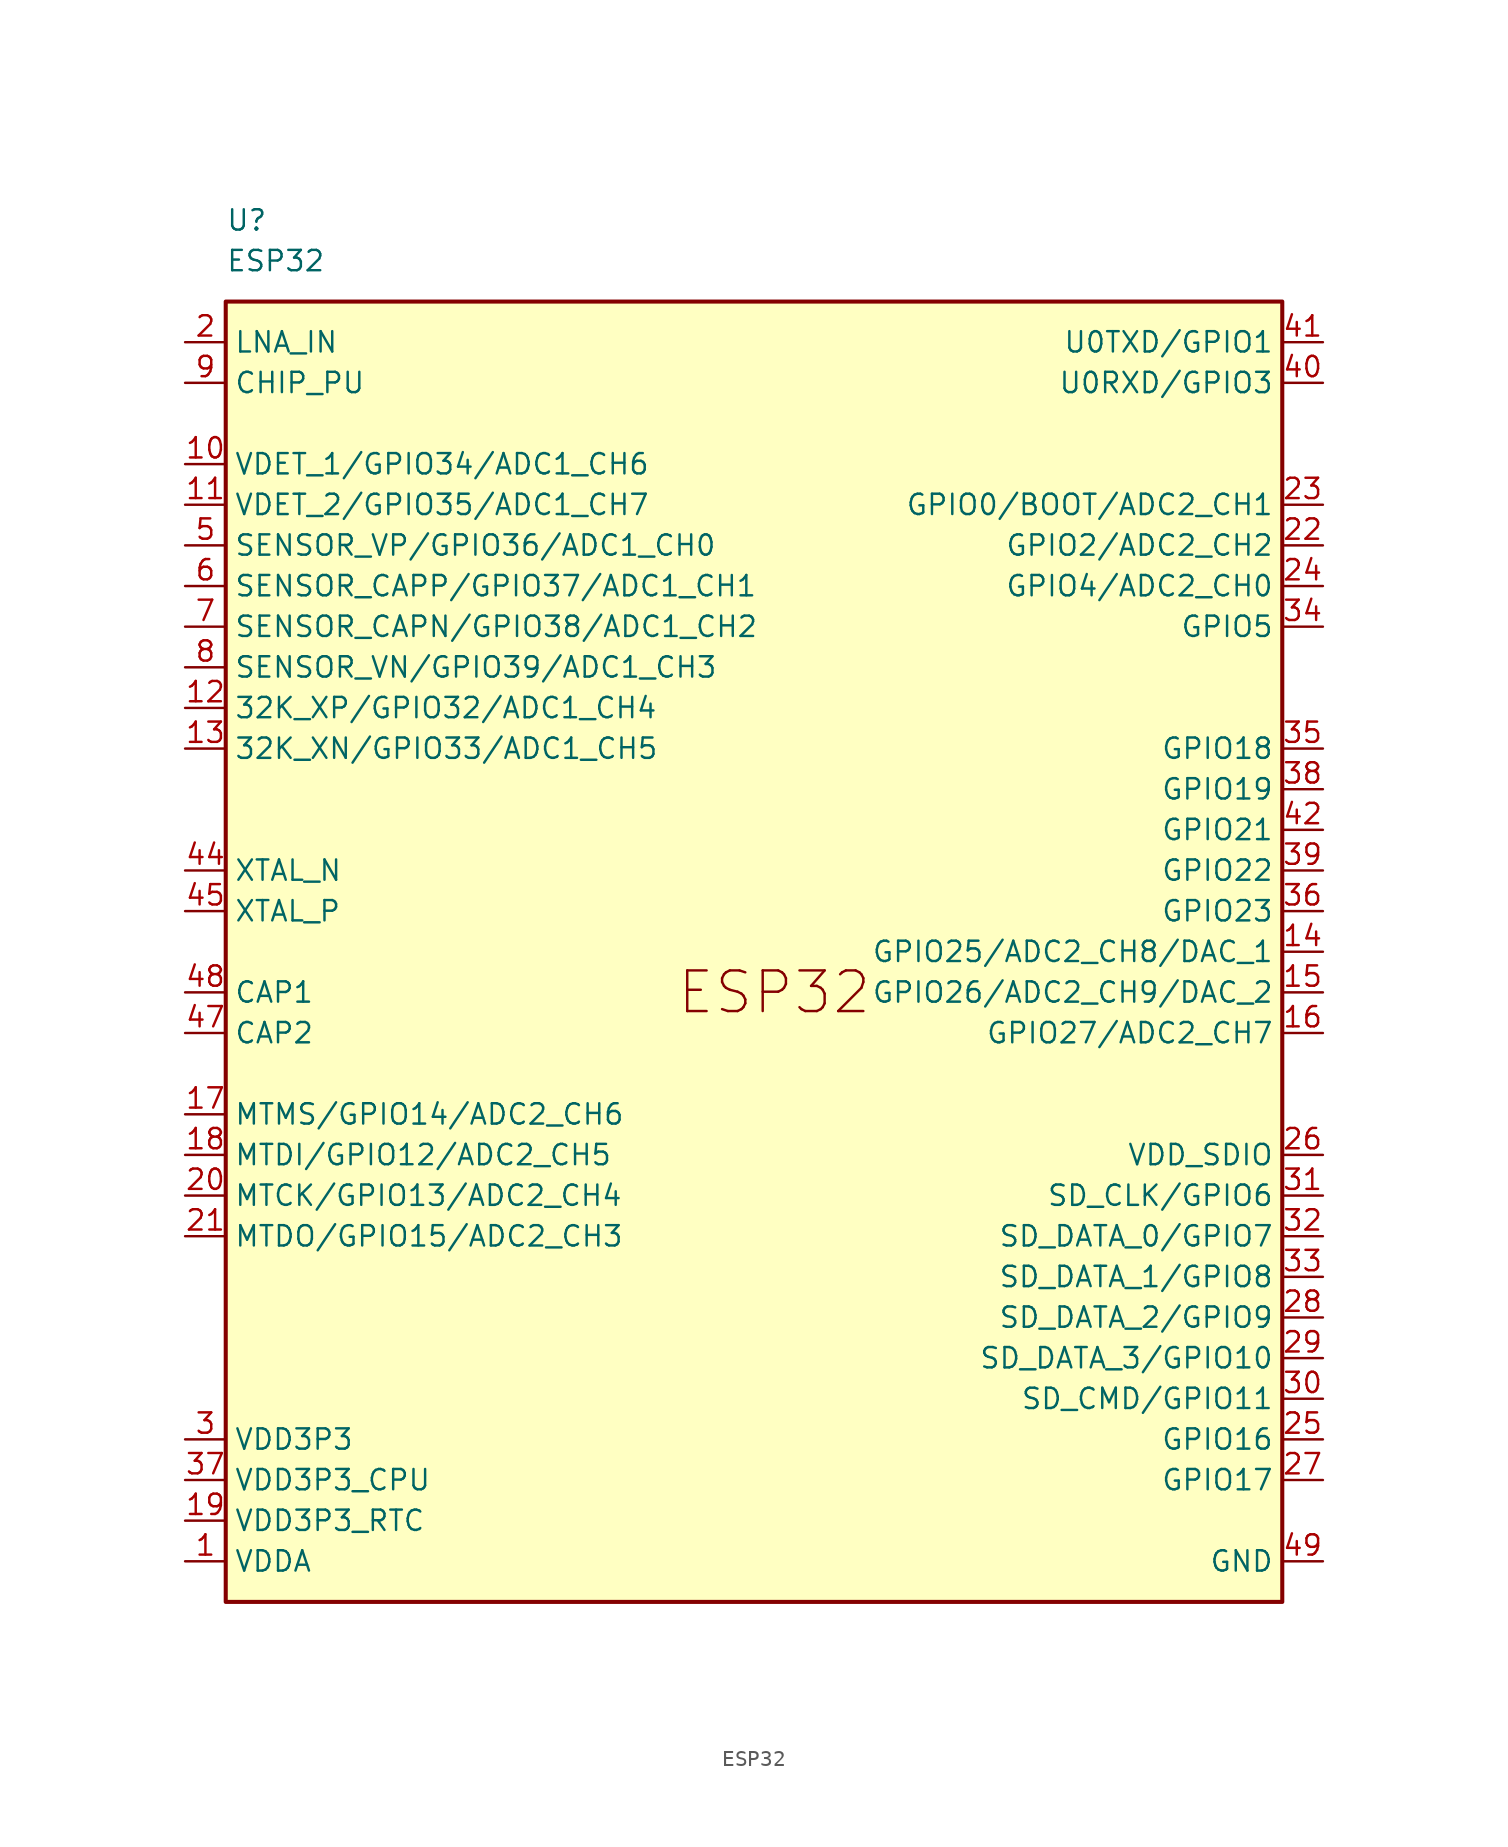
<source format=kicad_sym>
(kicad_symbol_lib
  (version 20220914)
  (generator kicad_symbol_editor)
  (symbol "ESP32"
    (property "Reference" "U"
      (at -33.02 45.72 0)
      (effects (font (size 1.27 1.27)) (justify left)))
    (property "Value" "ESP32"
      (at -33.02 43.18 0)
      (effects (font (size 1.27 1.27)) (justify left)))
    (symbol "ESP32_0_0"
      (text "ESP32" (at 1.27 -2.54 0) (effects (font (size 2.54 2.54)))))
    (symbol "ESP32_0_1"
      (rectangle (start -33.02 40.64) (end 33.02 -40.64) (stroke (width 0.254) (type default)) (fill (type background))))
    (symbol "ESP32_1_1"
      (pin power_in line (at -35.56 -38.1 0) (length 2.54) (name "VDDA" (effects (font (size 1.27 1.27)))) (number "1" (effects (font (size 1.27 1.27)))))
      (pin input line (at -35.56 30.48 0) (length 2.54) (name "VDET_1/GPIO34/ADC1_CH6" (effects (font (size 1.27 1.27)))) (number "10" (effects (font (size 1.27 1.27)))))
      (pin input line (at -35.56 27.94 0) (length 2.54) (name "VDET_2/GPIO35/ADC1_CH7" (effects (font (size 1.27 1.27)))) (number "11" (effects (font (size 1.27 1.27)))))
      (pin bidirectional line (at -35.56 15.24 0) (length 2.54) (name "32K_XP/GPIO32/ADC1_CH4" (effects (font (size 1.27 1.27)))) (number "12" (effects (font (size 1.27 1.27)))))
      (pin bidirectional line (at -35.56 12.7 0) (length 2.54) (name "32K_XN/GPIO33/ADC1_CH5" (effects (font (size 1.27 1.27)))) (number "13" (effects (font (size 1.27 1.27)))))
      (pin bidirectional line (at 35.56 0 180) (length 2.54) (name "GPIO25/ADC2_CH8/DAC_1" (effects (font (size 1.27 1.27)))) (number "14" (effects (font (size 1.27 1.27)))))
      (pin bidirectional line (at 35.56 -2.54 180) (length 2.54) (name "GPIO26/ADC2_CH9/DAC_2" (effects (font (size 1.27 1.27)))) (number "15" (effects (font (size 1.27 1.27)))))
      (pin bidirectional line (at 35.56 -5.08 180) (length 2.54) (name "GPIO27/ADC2_CH7" (effects (font (size 1.27 1.27)))) (number "16" (effects (font (size 1.27 1.27)))))
      (pin bidirectional line (at -35.56 -10.16 0) (length 2.54) (name "MTMS/GPIO14/ADC2_CH6" (effects (font (size 1.27 1.27)))) (number "17" (effects (font (size 1.27 1.27)))))
      (pin bidirectional line (at -35.56 -12.7 0) (length 2.54) (name "MTDI/GPIO12/ADC2_CH5" (effects (font (size 1.27 1.27)))) (number "18" (effects (font (size 1.27 1.27)))))
      (pin power_in line (at -35.56 -35.56 0) (length 2.54) (name "VDD3P3_RTC" (effects (font (size 1.27 1.27)))) (number "19" (effects (font (size 1.27 1.27)))))
      (pin bidirectional line (at -35.56 38.1 0) (length 2.54) (name "LNA_IN" (effects (font (size 1.27 1.27)))) (number "2" (effects (font (size 1.27 1.27)))))
      (pin bidirectional line (at -35.56 -15.24 0) (length 2.54) (name "MTCK/GPIO13/ADC2_CH4" (effects (font (size 1.27 1.27)))) (number "20" (effects (font (size 1.27 1.27)))))
      (pin bidirectional line (at -35.56 -17.78 0) (length 2.54) (name "MTDO/GPIO15/ADC2_CH3" (effects (font (size 1.27 1.27)))) (number "21" (effects (font (size 1.27 1.27)))))
      (pin bidirectional line (at 35.56 25.4 180) (length 2.54) (name "GPIO2/ADC2_CH2" (effects (font (size 1.27 1.27)))) (number "22" (effects (font (size 1.27 1.27)))))
      (pin bidirectional line (at 35.56 27.94 180) (length 2.54) (name "GPIO0/BOOT/ADC2_CH1" (effects (font (size 1.27 1.27)))) (number "23" (effects (font (size 1.27 1.27)))))
      (pin bidirectional line (at 35.56 22.86 180) (length 2.54) (name "GPIO4/ADC2_CH0" (effects (font (size 1.27 1.27)))) (number "24" (effects (font (size 1.27 1.27)))))
      (pin bidirectional line (at 35.56 -30.48 180) (length 2.54) (name "GPIO16" (effects (font (size 1.27 1.27)))) (number "25" (effects (font (size 1.27 1.27)))))
      (pin power_out line (at 35.56 -12.7 180) (length 2.54) (name "VDD_SDIO" (effects (font (size 1.27 1.27)))) (number "26" (effects (font (size 1.27 1.27)))))
      (pin bidirectional line (at 35.56 -33.02 180) (length 2.54) (name "GPIO17" (effects (font (size 1.27 1.27)))) (number "27" (effects (font (size 1.27 1.27)))))
      (pin bidirectional line (at 35.56 -22.86 180) (length 2.54) (name "SD_DATA_2/GPIO9" (effects (font (size 1.27 1.27)))) (number "28" (effects (font (size 1.27 1.27)))))
      (pin bidirectional line (at 35.56 -25.4 180) (length 2.54) (name "SD_DATA_3/GPIO10" (effects (font (size 1.27 1.27)))) (number "29" (effects (font (size 1.27 1.27)))))
      (pin power_in line (at -35.56 -30.48 0) (length 2.54) (name "VDD3P3" (effects (font (size 1.27 1.27)))) (number "3" (effects (font (size 1.27 1.27)))))
      (pin bidirectional line (at 35.56 -27.94 180) (length 2.54) (name "SD_CMD/GPIO11" (effects (font (size 1.27 1.27)))) (number "30" (effects (font (size 1.27 1.27)))))
      (pin bidirectional line (at 35.56 -15.24 180) (length 2.54) (name "SD_CLK/GPIO6" (effects (font (size 1.27 1.27)))) (number "31" (effects (font (size 1.27 1.27)))))
      (pin bidirectional line (at 35.56 -17.78 180) (length 2.54) (name "SD_DATA_0/GPIO7" (effects (font (size 1.27 1.27)))) (number "32" (effects (font (size 1.27 1.27)))))
      (pin bidirectional line (at 35.56 -20.32 180) (length 2.54) (name "SD_DATA_1/GPIO8" (effects (font (size 1.27 1.27)))) (number "33" (effects (font (size 1.27 1.27)))))
      (pin bidirectional line (at 35.56 20.32 180) (length 2.54) (name "GPIO5" (effects (font (size 1.27 1.27)))) (number "34" (effects (font (size 1.27 1.27)))))
      (pin bidirectional line (at 35.56 12.7 180) (length 2.54) (name "GPIO18" (effects (font (size 1.27 1.27)))) (number "35" (effects (font (size 1.27 1.27)))))
      (pin bidirectional line (at 35.56 2.54 180) (length 2.54) (name "GPIO23" (effects (font (size 1.27 1.27)))) (number "36" (effects (font (size 1.27 1.27)))))
      (pin power_in line (at -35.56 -33.02 0) (length 2.54) (name "VDD3P3_CPU" (effects (font (size 1.27 1.27)))) (number "37" (effects (font (size 1.27 1.27)))))
      (pin bidirectional line (at 35.56 10.16 180) (length 2.54) (name "GPIO19" (effects (font (size 1.27 1.27)))) (number "38" (effects (font (size 1.27 1.27)))))
      (pin bidirectional line (at 35.56 5.08 180) (length 2.54) (name "GPIO22" (effects (font (size 1.27 1.27)))) (number "39" (effects (font (size 1.27 1.27)))))
      (pin passive line (at -35.56 -30.48 0) (length 2.54) hide (name "VDD3P3" (effects (font (size 1.27 1.27)))) (number "4" (effects (font (size 1.27 1.27)))))
      (pin bidirectional line (at 35.56 35.56 180) (length 2.54) (name "U0RXD/GPIO3" (effects (font (size 1.27 1.27)))) (number "40" (effects (font (size 1.27 1.27)))))
      (pin bidirectional line (at 35.56 38.1 180) (length 2.54) (name "U0TXD/GPIO1" (effects (font (size 1.27 1.27)))) (number "41" (effects (font (size 1.27 1.27)))))
      (pin bidirectional line (at 35.56 7.62 180) (length 2.54) (name "GPIO21" (effects (font (size 1.27 1.27)))) (number "42" (effects (font (size 1.27 1.27)))))
      (pin passive line (at -35.56 -38.1 0) (length 2.54) hide (name "VDDA" (effects (font (size 1.27 1.27)))) (number "43" (effects (font (size 1.27 1.27)))))
      (pin output line (at -35.56 5.08 0) (length 2.54) (name "XTAL_N" (effects (font (size 1.27 1.27)))) (number "44" (effects (font (size 1.27 1.27)))))
      (pin input line (at -35.56 2.54 0) (length 2.54) (name "XTAL_P" (effects (font (size 1.27 1.27)))) (number "45" (effects (font (size 1.27 1.27)))))
      (pin passive line (at -35.56 -38.1 0) (length 2.54) hide (name "VDDA" (effects (font (size 1.27 1.27)))) (number "46" (effects (font (size 1.27 1.27)))))
      (pin input line (at -35.56 -5.08 0) (length 2.54) (name "CAP2" (effects (font (size 1.27 1.27)))) (number "47" (effects (font (size 1.27 1.27)))))
      (pin input line (at -35.56 -2.54 0) (length 2.54) (name "CAP1" (effects (font (size 1.27 1.27)))) (number "48" (effects (font (size 1.27 1.27)))))
      (pin power_in line (at 35.56 -38.1 180) (length 2.54) (name "GND" (effects (font (size 1.27 1.27)))) (number "49" (effects (font (size 1.27 1.27)))))
      (pin input line (at -35.56 25.4 0) (length 2.54) (name "SENSOR_VP/GPIO36/ADC1_CH0" (effects (font (size 1.27 1.27)))) (number "5" (effects (font (size 1.27 1.27)))))
      (pin input line (at -35.56 22.86 0) (length 2.54) (name "SENSOR_CAPP/GPIO37/ADC1_CH1" (effects (font (size 1.27 1.27)))) (number "6" (effects (font (size 1.27 1.27)))))
      (pin input line (at -35.56 20.32 0) (length 2.54) (name "SENSOR_CAPN/GPIO38/ADC1_CH2" (effects (font (size 1.27 1.27)))) (number "7" (effects (font (size 1.27 1.27)))))
      (pin input line (at -35.56 17.78 0) (length 2.54) (name "SENSOR_VN/GPIO39/ADC1_CH3" (effects (font (size 1.27 1.27)))) (number "8" (effects (font (size 1.27 1.27)))))
      (pin input line (at -35.56 35.56 0) (length 2.54) (name "CHIP_PU" (effects (font (size 1.27 1.27)))) (number "9" (effects (font (size 1.27 1.27))))))))
</source>
